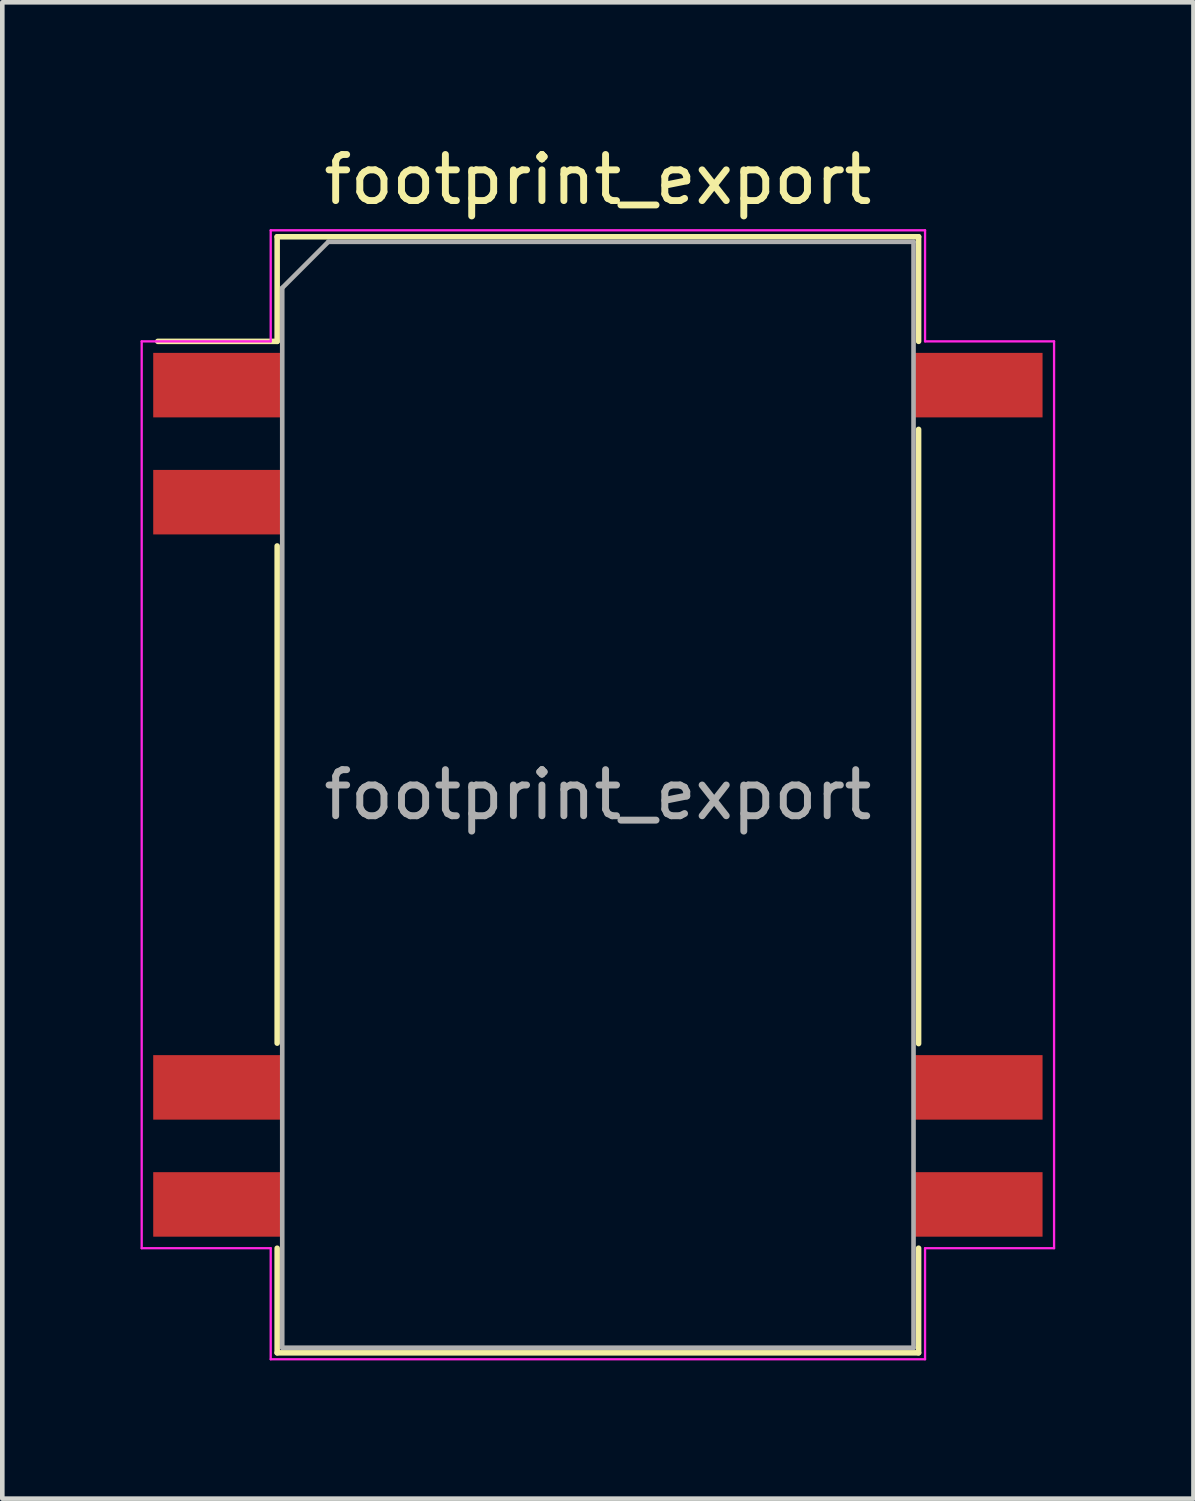
<source format=kicad_pcb>
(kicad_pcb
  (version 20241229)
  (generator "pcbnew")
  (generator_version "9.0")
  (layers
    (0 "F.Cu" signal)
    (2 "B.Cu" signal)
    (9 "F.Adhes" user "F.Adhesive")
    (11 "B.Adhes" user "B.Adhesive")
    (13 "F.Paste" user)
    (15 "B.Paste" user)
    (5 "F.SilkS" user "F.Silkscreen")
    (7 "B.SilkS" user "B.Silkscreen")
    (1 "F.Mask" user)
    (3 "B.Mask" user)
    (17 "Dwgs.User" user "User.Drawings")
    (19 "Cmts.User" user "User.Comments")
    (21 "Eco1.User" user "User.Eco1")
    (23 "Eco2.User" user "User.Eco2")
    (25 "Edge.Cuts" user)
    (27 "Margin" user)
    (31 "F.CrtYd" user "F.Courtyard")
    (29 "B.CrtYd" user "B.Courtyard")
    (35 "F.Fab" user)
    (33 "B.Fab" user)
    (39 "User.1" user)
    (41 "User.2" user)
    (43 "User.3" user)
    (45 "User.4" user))
  (footprint "footprint_export"
    (layer "F.Cu")
    (at 9.925 14.198)
    (property "Reference" "footprint_export" (at 0 -13.35 0) (layer "F.SilkS") (effects (font (size 1 1) (thickness 0.15))))
    (attr smd)
    (fp_line (start -6.96 -12.11) (end -6.96 -9.84) (stroke (width 0.12) (type solid)) (layer "F.SilkS"))
    (fp_line (start -6.96 -9.84) (end -9.55 -9.84) (stroke (width 0.12) (type solid)) (layer "F.SilkS"))
    (fp_line (start -6.96 -5.4) (end -6.96 5.39) (stroke (width 0.12) (type solid)) (layer "F.SilkS"))
    (fp_line (start -6.96 9.84) (end -6.96 12.11) (stroke (width 0.12) (type solid)) (layer "F.SilkS"))
    (fp_line (start 6.96 -12.11) (end -6.96 -12.11) (stroke (width 0.12) (type solid)) (layer "F.SilkS"))
    (fp_line (start 6.96 -12.11) (end 6.96 -9.84) (stroke (width 0.12) (type solid)) (layer "F.SilkS"))
    (fp_line (start 6.96 -7.93) (end 6.96 5.4) (stroke (width 0.12) (type solid)) (layer "F.SilkS"))
    (fp_line (start 6.96 9.84) (end 6.96 12.11) (stroke (width 0.12) (type solid)) (layer "F.SilkS"))
    (fp_line (start 6.96 12.11) (end -6.96 12.11) (stroke (width 0.12) (type solid)) (layer "F.SilkS"))
    (fp_line (start -9.9 -9.84) (end -9.9 9.84) (stroke (width 0.05) (type solid)) (layer "F.CrtYd"))
    (fp_line (start -9.9 -9.84) (end -7.1 -9.84) (stroke (width 0.05) (type solid)) (layer "F.CrtYd"))
    (fp_line (start -9.9 9.84) (end -7.1 9.84) (stroke (width 0.05) (type solid)) (layer "F.CrtYd"))
    (fp_line (start -7.1 -9.84) (end -7.1 -12.25) (stroke (width 0.05) (type solid)) (layer "F.CrtYd"))
    (fp_line (start -7.1 9.84) (end -7.1 12.25) (stroke (width 0.05) (type solid)) (layer "F.CrtYd"))
    (fp_line (start -7.1 12.25) (end 7.1 12.25) (stroke (width 0.05) (type solid)) (layer "F.CrtYd"))
    (fp_line (start 7.1 -12.25) (end -7.1 -12.25) (stroke (width 0.05) (type solid)) (layer "F.CrtYd"))
    (fp_line (start 7.1 -12.25) (end 7.1 -9.84) (stroke (width 0.05) (type solid)) (layer "F.CrtYd"))
    (fp_line (start 7.1 -9.84) (end 9.9 -9.84) (stroke (width 0.05) (type solid)) (layer "F.CrtYd"))
    (fp_line (start 7.1 9.84) (end 7.1 12.25) (stroke (width 0.05) (type solid)) (layer "F.CrtYd"))
    (fp_line (start 9.9 9.84) (end 7.1 9.84) (stroke (width 0.05) (type solid)) (layer "F.CrtYd"))
    (fp_line (start 9.9 9.84) (end 9.9 -9.84) (stroke (width 0.05) (type solid)) (layer "F.CrtYd"))
    (fp_line (start -6.85 -11) (end -6.85 12) (stroke (width 0.1) (type solid)) (layer "F.Fab"))
    (fp_line (start -6.85 -11) (end -5.85 -12) (stroke (width 0.1) (type solid)) (layer "F.Fab"))
    (fp_line (start -6.85 12) (end 6.85 12) (stroke (width 0.1) (type solid)) (layer "F.Fab"))
    (fp_line (start 6.85 -12) (end -5.85 -12) (stroke (width 0.1) (type solid)) (layer "F.Fab"))
    (fp_line (start 6.85 12) (end 6.85 -12) (stroke (width 0.1) (type solid)) (layer "F.Fab"))
    (fp_text user "${REFERENCE}" (at 0 0 0) (layer "F.Fab") (effects (font (size 1 1) (thickness 0.15))))
    (pad "1" smd rect (at -8.25 -8.89) (size 2.8 1.4) (layers "F.Cu" "F.Mask" "F.Paste"))
    (pad "2" smd rect (at -8.25 -6.35) (size 2.8 1.4) (layers "F.Cu" "F.Mask" "F.Paste"))
    (pad "7" smd rect (at -8.25 6.35) (size 2.8 1.4) (layers "F.Cu" "F.Mask" "F.Paste"))
    (pad "8" smd rect (at -8.25 8.89) (size 2.8 1.4) (layers "F.Cu" "F.Mask" "F.Paste"))
    (pad "9" smd rect (at 8.25 8.89) (size 2.8 1.4) (layers "F.Cu" "F.Mask" "F.Paste"))
    (pad "10" smd rect (at 8.25 6.35) (size 2.8 1.4) (layers "F.Cu" "F.Mask" "F.Paste"))
    (pad "16" smd rect (at 8.25 -8.89) (size 2.8 1.4) (layers "F.Cu" "F.Mask" "F.Paste")))
  (gr_rect
    (start -3 -3)
    (end 22.85 29.473)
    (stroke (width 0.1) (type default))
    (fill no)
    (layer "Edge.Cuts")))
</source>
